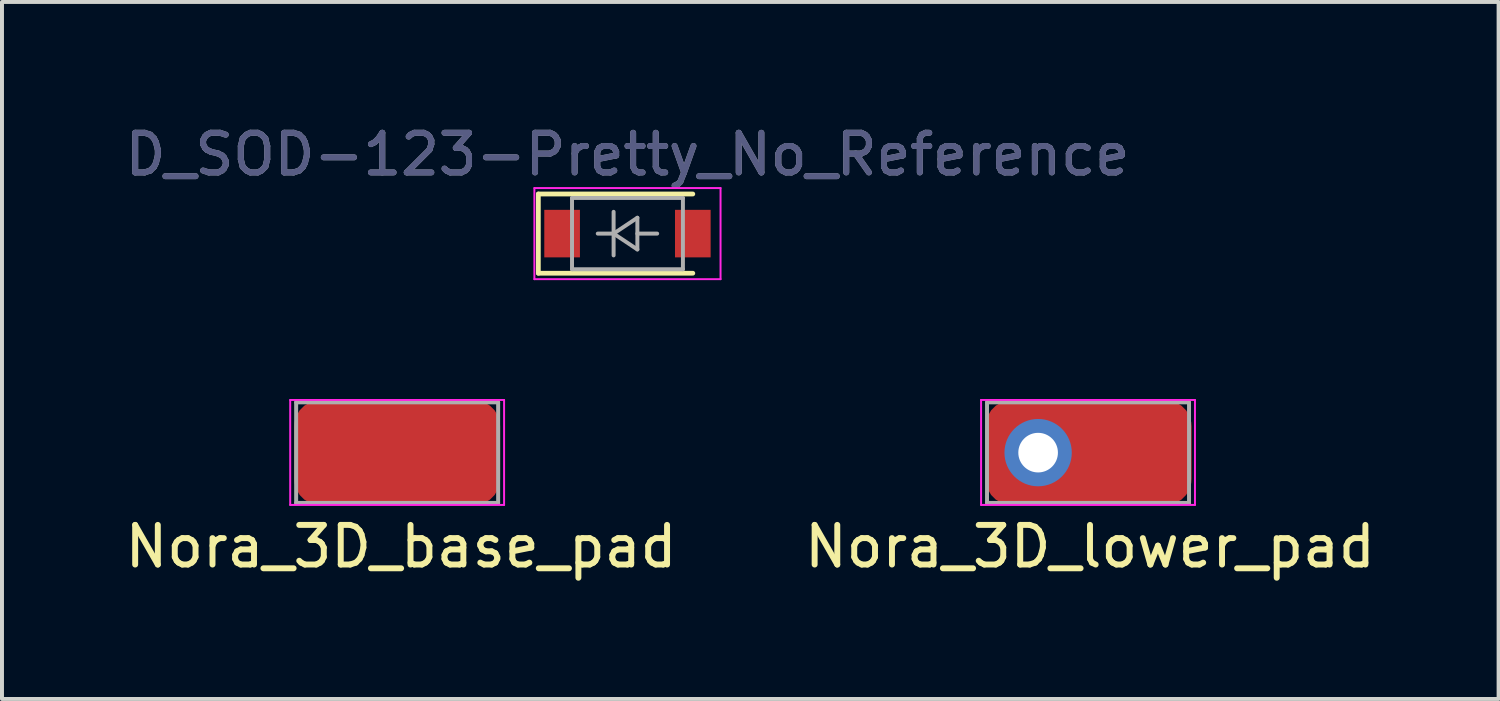
<source format=kicad_pcb>
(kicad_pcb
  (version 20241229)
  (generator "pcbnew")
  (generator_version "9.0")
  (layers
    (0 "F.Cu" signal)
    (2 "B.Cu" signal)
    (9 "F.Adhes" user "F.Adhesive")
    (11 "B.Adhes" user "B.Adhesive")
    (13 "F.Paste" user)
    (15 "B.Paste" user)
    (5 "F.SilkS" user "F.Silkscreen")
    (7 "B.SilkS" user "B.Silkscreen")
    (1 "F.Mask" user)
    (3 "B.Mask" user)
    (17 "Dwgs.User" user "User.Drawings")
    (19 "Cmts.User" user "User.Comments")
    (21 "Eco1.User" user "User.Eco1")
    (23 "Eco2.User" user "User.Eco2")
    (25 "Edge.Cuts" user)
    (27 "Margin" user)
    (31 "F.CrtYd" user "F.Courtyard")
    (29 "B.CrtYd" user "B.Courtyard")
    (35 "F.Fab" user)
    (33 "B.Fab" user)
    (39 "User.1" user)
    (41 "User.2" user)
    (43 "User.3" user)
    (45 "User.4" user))
  (footprint "Nora_3D_lower_pad"
    (layer "F.Cu")
    (at 24.47 11.248)
    (property "Reference" "Nora_3D_lower_pad" (at 0 -0.5 0) (unlocked yes) (layer "F.SilkS") (effects (font (size 1 1) (thickness 0.15))))
    (attr through_hole)
    (fp_line (start -2.75 -4.2) (end -2.75 -1.55) (stroke (width 0.05) (type solid)) (layer "F.CrtYd"))
    (fp_line (start -2.75 -1.55) (end 2.65 -1.55) (stroke (width 0.05) (type solid)) (layer "F.CrtYd"))
    (fp_line (start 2.65 -4.2) (end -2.75 -4.2) (stroke (width 0.05) (type solid)) (layer "F.CrtYd"))
    (fp_line (start 2.65 -1.55) (end 2.65 -4.2) (stroke (width 0.05) (type solid)) (layer "F.CrtYd"))
    (fp_line (start -2.6 -4.14) (end 2.5 -4.14) (stroke (width 0.1) (type solid)) (layer "F.Fab"))
    (fp_line (start -2.6 -1.6) (end -2.6 -4.14) (stroke (width 0.1) (type solid)) (layer "F.Fab"))
    (fp_line (start 2.5 -4.14) (end 2.5 -1.6) (stroke (width 0.1) (type solid)) (layer "F.Fab"))
    (fp_line (start 2.5 -1.6) (end -2.6 -1.6) (stroke (width 0.1) (type solid)) (layer "F.Fab"))
    (pad "1" thru_hole circle (at -1.31 -2.87 90) (size 1.7 1.7) (drill 1) (layers "*.Cu" "*.Mask"))
    (pad "1" smd roundrect (at -0.035 -2.87 90) (size 2.65 5.2) (layers "F.Cu" "F.Mask" "F.Paste") (roundrect_rratio 0.25)))
  (footprint "Nora_3D_base_pad"
    (layer "F.Cu")
    (at 7.077 11.248)
    (property "Reference" "Nora_3D_base_pad" (at 0 -0.5 0) (unlocked yes) (layer "F.SilkS") (effects (font (size 1 1) (thickness 0.15))))
    (attr smd)
    (fp_line (start -2.8 -4.2) (end -2.8 -1.55) (stroke (width 0.05) (type solid)) (layer "F.CrtYd"))
    (fp_line (start -2.8 -1.55) (end 2.6 -1.55) (stroke (width 0.05) (type solid)) (layer "F.CrtYd"))
    (fp_line (start 2.6 -4.2) (end -2.8 -4.2) (stroke (width 0.05) (type solid)) (layer "F.CrtYd"))
    (fp_line (start 2.6 -1.55) (end 2.6 -4.2) (stroke (width 0.05) (type solid)) (layer "F.CrtYd"))
    (fp_line (start -2.65 -4.14) (end 2.45 -4.14) (stroke (width 0.1) (type solid)) (layer "F.Fab"))
    (fp_line (start -2.65 -1.6) (end -2.65 -4.14) (stroke (width 0.1) (type solid)) (layer "F.Fab"))
    (fp_line (start 2.45 -4.14) (end 2.45 -1.6) (stroke (width 0.1) (type solid)) (layer "F.Fab"))
    (fp_line (start 2.45 -1.6) (end -2.65 -1.6) (stroke (width 0.1) (type solid)) (layer "F.Fab"))
    (pad "1" smd roundrect (at -0.1 -2.87 90) (size 2.65 5.2) (layers "F.Cu" "F.Mask" "F.Paste") (roundrect_rratio 0.25)))
  (footprint "D_SOD-123-Pretty_No_Reference"
    (layer "F.Cu")
    (at 12.792 2.848)
    (property "Reference" "D_SOD-123-Pretty_No_Reference" (at 0 -2 0) (layer "B.Fab") (effects (font (size 1 1) (thickness 0.15))))
    (attr smd)
    (fp_line (start -2.25 -1) (end -2.25 1) (stroke (width 0.12) (type solid)) (layer "F.SilkS"))
    (fp_line (start -2.25 -1) (end 1.65 -1) (stroke (width 0.12) (type solid)) (layer "F.SilkS"))
    (fp_line (start -2.25 1) (end 1.65 1) (stroke (width 0.12) (type solid)) (layer "F.SilkS"))
    (fp_line (start -2.35 -1.15) (end -2.35 1.15) (stroke (width 0.05) (type solid)) (layer "F.CrtYd"))
    (fp_line (start -2.35 -1.15) (end 2.35 -1.15) (stroke (width 0.05) (type solid)) (layer "F.CrtYd"))
    (fp_line (start 2.35 -1.15) (end 2.35 1.15) (stroke (width 0.05) (type solid)) (layer "F.CrtYd"))
    (fp_line (start 2.35 1.15) (end -2.35 1.15) (stroke (width 0.05) (type solid)) (layer "F.CrtYd"))
    (fp_line (start -1.4 -0.9) (end 1.4 -0.9) (stroke (width 0.1) (type solid)) (layer "F.Fab"))
    (fp_line (start -1.4 0.9) (end -1.4 -0.9) (stroke (width 0.1) (type solid)) (layer "F.Fab"))
    (fp_line (start -0.75 0) (end -0.35 0) (stroke (width 0.1) (type solid)) (layer "F.Fab"))
    (fp_line (start -0.35 0) (end -0.35 -0.55) (stroke (width 0.1) (type solid)) (layer "F.Fab"))
    (fp_line (start -0.35 0) (end -0.35 0.55) (stroke (width 0.1) (type solid)) (layer "F.Fab"))
    (fp_line (start -0.35 0) (end 0.25 -0.4) (stroke (width 0.1) (type solid)) (layer "F.Fab"))
    (fp_line (start 0.25 -0.4) (end 0.25 0.4) (stroke (width 0.1) (type solid)) (layer "F.Fab"))
    (fp_line (start 0.25 0) (end 0.75 0) (stroke (width 0.1) (type solid)) (layer "F.Fab"))
    (fp_line (start 0.25 0.4) (end -0.35 0) (stroke (width 0.1) (type solid)) (layer "F.Fab"))
    (fp_line (start 1.4 -0.9) (end 1.4 0.9) (stroke (width 0.1) (type solid)) (layer "F.Fab"))
    (fp_line (start 1.4 0.9) (end -1.4 0.9) (stroke (width 0.1) (type solid)) (layer "F.Fab"))
    (fp_text user "${REFERENCE}" (at 0 -2 0) (layer "F.Fab") (effects (font (size 1 1) (thickness 0.15))))
    (pad "1" smd rect (at -1.65 0) (size 0.9 1.2) (layers "F.Cu" "F.Mask" "F.Paste"))
    (pad "2" smd rect (at 1.65 0) (size 0.9 1.2) (layers "F.Cu" "F.Mask" "F.Paste")))
  (gr_rect
    (start -3 -3)
    (end 34.786 14.597)
    (stroke (width 0.1) (type default))
    (fill no)
    (layer "Edge.Cuts")))
</source>
